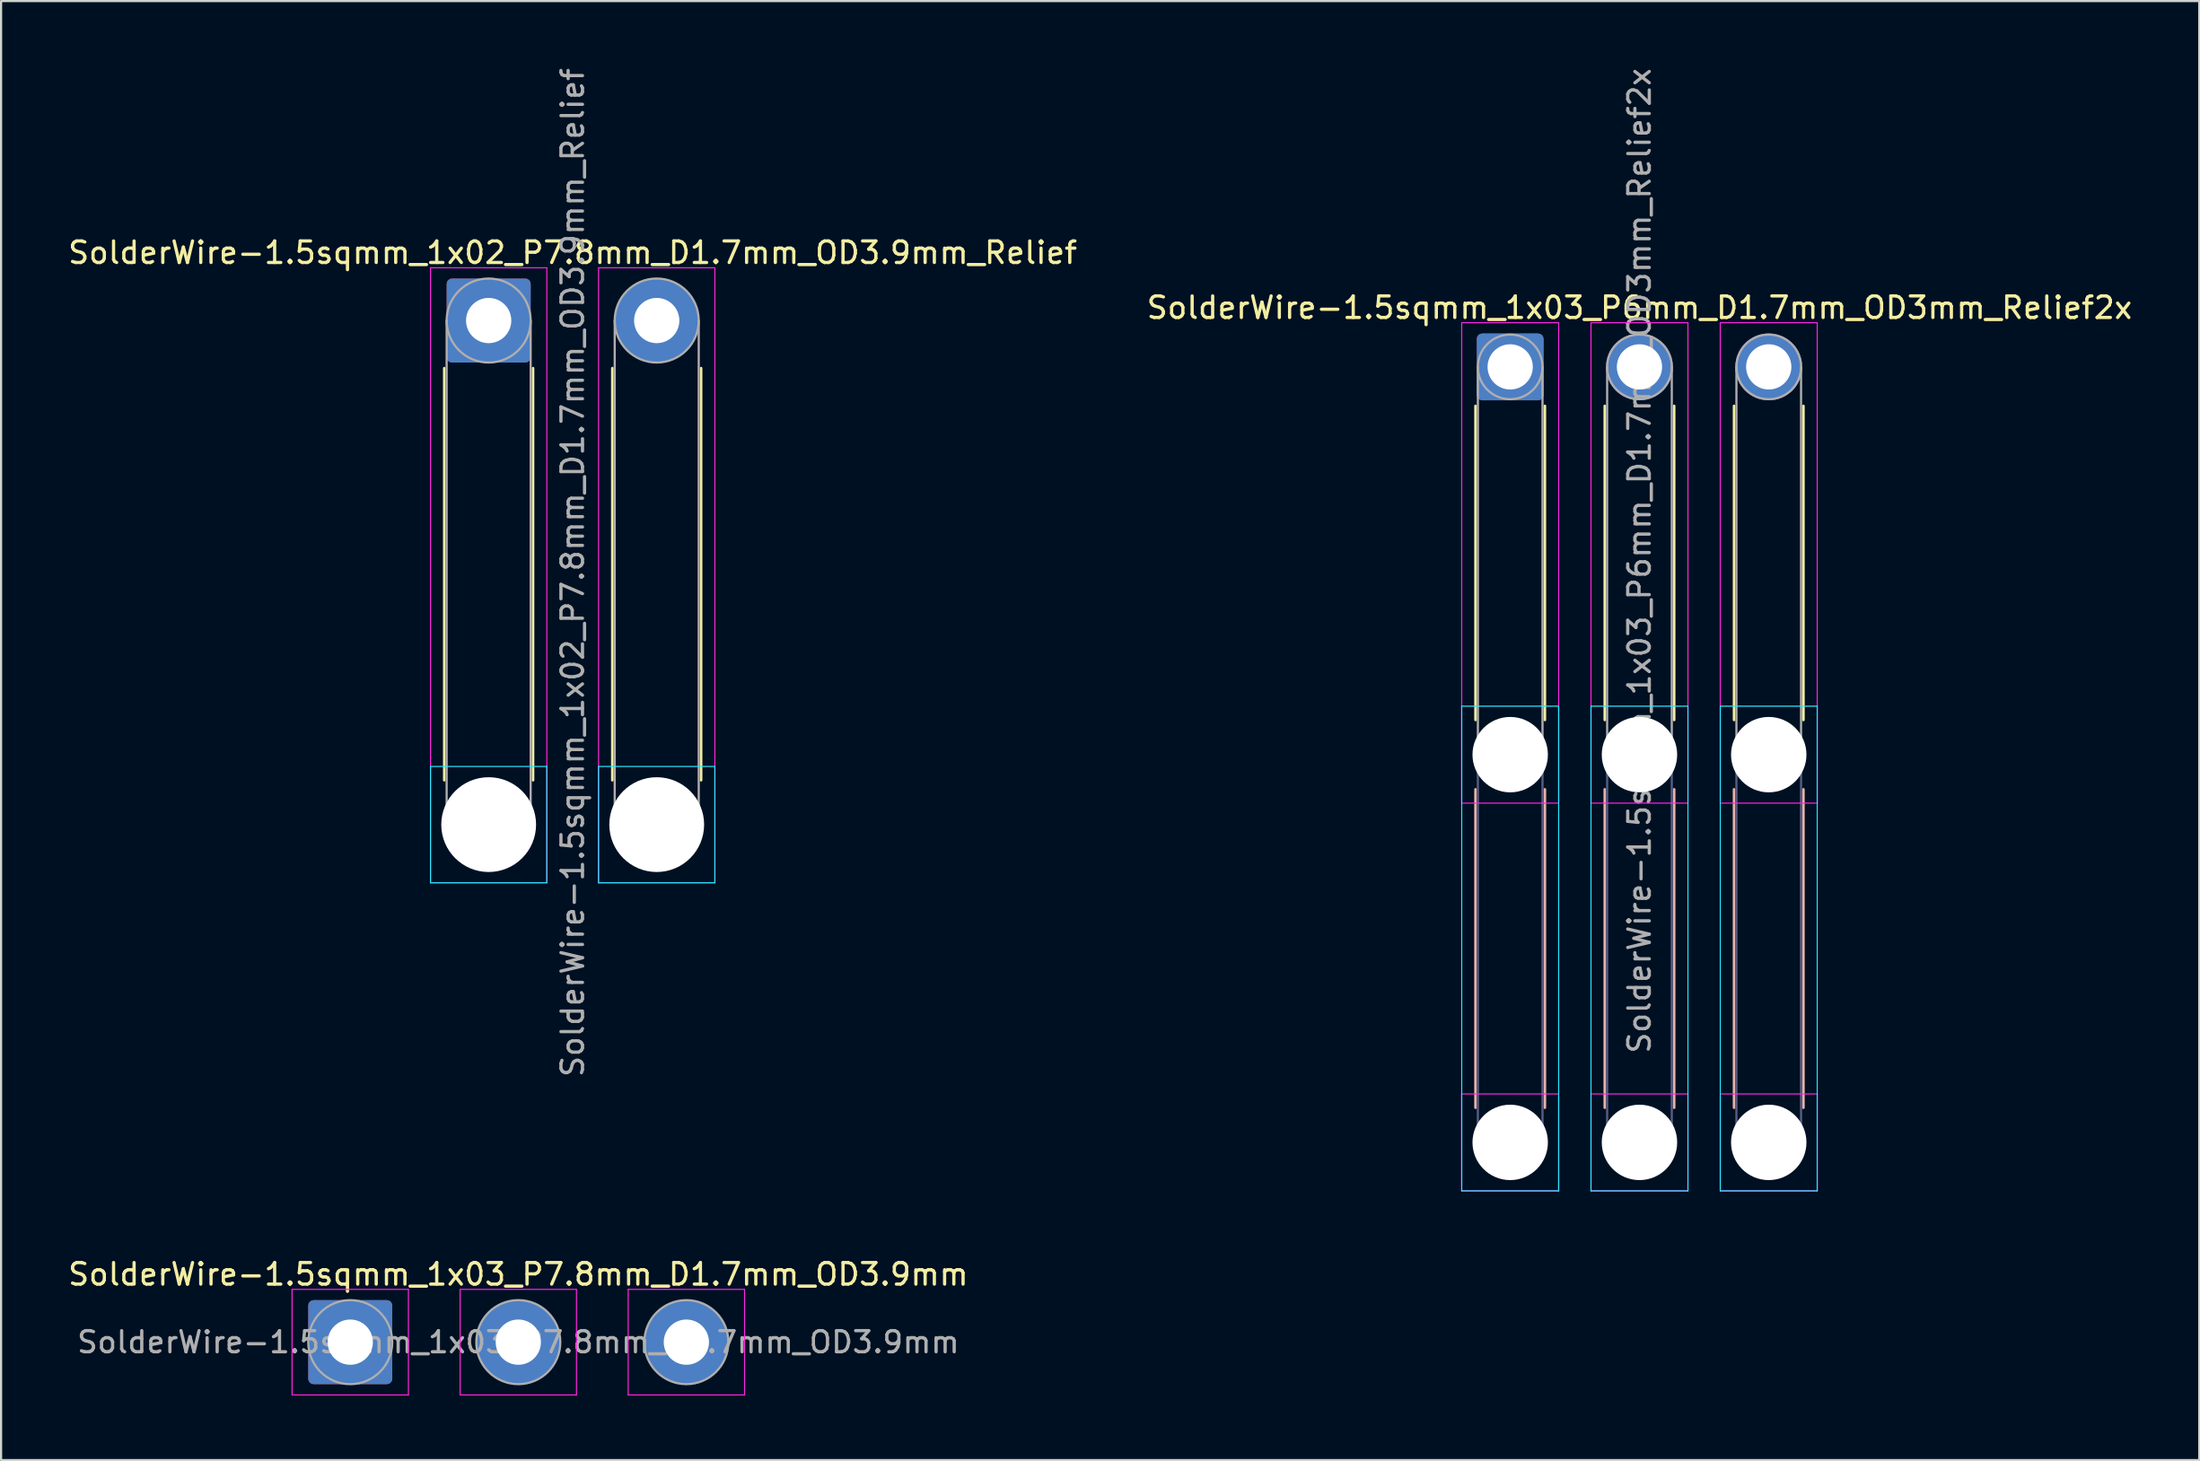
<source format=kicad_pcb>
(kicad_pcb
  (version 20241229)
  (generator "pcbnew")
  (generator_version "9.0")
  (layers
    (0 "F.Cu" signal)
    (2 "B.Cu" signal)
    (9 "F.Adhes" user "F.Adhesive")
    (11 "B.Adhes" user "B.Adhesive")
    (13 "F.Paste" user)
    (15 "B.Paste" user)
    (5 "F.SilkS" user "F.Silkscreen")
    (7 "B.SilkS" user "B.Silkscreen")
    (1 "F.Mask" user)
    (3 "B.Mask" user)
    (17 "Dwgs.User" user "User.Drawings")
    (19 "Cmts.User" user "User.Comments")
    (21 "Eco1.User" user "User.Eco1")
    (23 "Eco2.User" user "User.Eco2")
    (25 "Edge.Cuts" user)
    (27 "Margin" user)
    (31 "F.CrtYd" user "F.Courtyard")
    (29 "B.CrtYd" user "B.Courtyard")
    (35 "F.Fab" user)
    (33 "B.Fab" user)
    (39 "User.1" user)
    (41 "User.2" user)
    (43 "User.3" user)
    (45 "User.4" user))
  (footprint "SolderWire-1.5sqmm_1x03_P6mm_D1.7mm_OD3mm_Relief2x"
    (layer "F.Cu")
    (at 67.042 13.982)
    (property "Reference" "SolderWire-1.5sqmm_1x03_P6mm_D1.7mm_OD3mm_Relief2x" (at 6 -2.75 0) (layer "F.SilkS") (effects (font (size 1 1) (thickness 0.15))))
    (attr exclude_from_pos_files exclude_from_bom)
    (fp_line (start -1.61 1.81) (end -1.61 16.39) (stroke (width 0.12) (type solid)) (layer "F.SilkS"))
    (fp_line (start 1.61 1.81) (end 1.61 16.39) (stroke (width 0.12) (type solid)) (layer "F.SilkS"))
    (fp_line (start 4.39 1.81) (end 4.39 16.39) (stroke (width 0.12) (type solid)) (layer "F.SilkS"))
    (fp_line (start 7.61 1.81) (end 7.61 16.39) (stroke (width 0.12) (type solid)) (layer "F.SilkS"))
    (fp_line (start 10.39 1.81) (end 10.39 16.39) (stroke (width 0.12) (type solid)) (layer "F.SilkS"))
    (fp_line (start 13.61 1.81) (end 13.61 16.39) (stroke (width 0.12) (type solid)) (layer "F.SilkS"))
    (fp_line (start -1.61 19.61) (end -1.61 34.39) (stroke (width 0.12) (type solid)) (layer "B.SilkS"))
    (fp_line (start 1.61 19.61) (end 1.61 34.39) (stroke (width 0.12) (type solid)) (layer "B.SilkS"))
    (fp_line (start 4.39 19.61) (end 4.39 34.39) (stroke (width 0.12) (type solid)) (layer "B.SilkS"))
    (fp_line (start 7.61 19.61) (end 7.61 34.39) (stroke (width 0.12) (type solid)) (layer "B.SilkS"))
    (fp_line (start 10.39 19.61) (end 10.39 34.39) (stroke (width 0.12) (type solid)) (layer "B.SilkS"))
    (fp_line (start 13.61 19.61) (end 13.61 34.39) (stroke (width 0.12) (type solid)) (layer "B.SilkS"))
    (fp_line (start -2.25 15.75) (end -2.25 38.25) (stroke (width 0.05) (type solid)) (layer "B.CrtYd"))
    (fp_line (start -2.25 38.25) (end 2.25 38.25) (stroke (width 0.05) (type solid)) (layer "B.CrtYd"))
    (fp_line (start 2.25 15.75) (end -2.25 15.75) (stroke (width 0.05) (type solid)) (layer "B.CrtYd"))
    (fp_line (start 2.25 38.25) (end 2.25 15.75) (stroke (width 0.05) (type solid)) (layer "B.CrtYd"))
    (fp_line (start 3.75 15.75) (end 3.75 38.25) (stroke (width 0.05) (type solid)) (layer "B.CrtYd"))
    (fp_line (start 3.75 38.25) (end 8.25 38.25) (stroke (width 0.05) (type solid)) (layer "B.CrtYd"))
    (fp_line (start 8.25 15.75) (end 3.75 15.75) (stroke (width 0.05) (type solid)) (layer "B.CrtYd"))
    (fp_line (start 8.25 38.25) (end 8.25 15.75) (stroke (width 0.05) (type solid)) (layer "B.CrtYd"))
    (fp_line (start 9.75 15.75) (end 9.75 38.25) (stroke (width 0.05) (type solid)) (layer "B.CrtYd"))
    (fp_line (start 9.75 38.25) (end 14.25 38.25) (stroke (width 0.05) (type solid)) (layer "B.CrtYd"))
    (fp_line (start 14.25 15.75) (end 9.75 15.75) (stroke (width 0.05) (type solid)) (layer "B.CrtYd"))
    (fp_line (start 14.25 38.25) (end 14.25 15.75) (stroke (width 0.05) (type solid)) (layer "B.CrtYd"))
    (fp_line (start -2.25 -2.05) (end -2.25 20.25) (stroke (width 0.05) (type solid)) (layer "F.CrtYd"))
    (fp_line (start -2.25 20.25) (end 2.25 20.25) (stroke (width 0.05) (type solid)) (layer "F.CrtYd"))
    (fp_line (start -2.25 33.75) (end -2.25 38.25) (stroke (width 0.05) (type solid)) (layer "F.CrtYd"))
    (fp_line (start -2.25 38.25) (end 2.25 38.25) (stroke (width 0.05) (type solid)) (layer "F.CrtYd"))
    (fp_line (start 2.25 -2.05) (end -2.25 -2.05) (stroke (width 0.05) (type solid)) (layer "F.CrtYd"))
    (fp_line (start 2.25 20.25) (end 2.25 -2.05) (stroke (width 0.05) (type solid)) (layer "F.CrtYd"))
    (fp_line (start 2.25 33.75) (end -2.25 33.75) (stroke (width 0.05) (type solid)) (layer "F.CrtYd"))
    (fp_line (start 2.25 38.25) (end 2.25 33.75) (stroke (width 0.05) (type solid)) (layer "F.CrtYd"))
    (fp_line (start 3.75 -2.05) (end 3.75 20.25) (stroke (width 0.05) (type solid)) (layer "F.CrtYd"))
    (fp_line (start 3.75 20.25) (end 8.25 20.25) (stroke (width 0.05) (type solid)) (layer "F.CrtYd"))
    (fp_line (start 3.75 33.75) (end 3.75 38.25) (stroke (width 0.05) (type solid)) (layer "F.CrtYd"))
    (fp_line (start 3.75 38.25) (end 8.25 38.25) (stroke (width 0.05) (type solid)) (layer "F.CrtYd"))
    (fp_line (start 8.25 -2.05) (end 3.75 -2.05) (stroke (width 0.05) (type solid)) (layer "F.CrtYd"))
    (fp_line (start 8.25 20.25) (end 8.25 -2.05) (stroke (width 0.05) (type solid)) (layer "F.CrtYd"))
    (fp_line (start 8.25 33.75) (end 3.75 33.75) (stroke (width 0.05) (type solid)) (layer "F.CrtYd"))
    (fp_line (start 8.25 38.25) (end 8.25 33.75) (stroke (width 0.05) (type solid)) (layer "F.CrtYd"))
    (fp_line (start 9.75 -2.05) (end 9.75 20.25) (stroke (width 0.05) (type solid)) (layer "F.CrtYd"))
    (fp_line (start 9.75 20.25) (end 14.25 20.25) (stroke (width 0.05) (type solid)) (layer "F.CrtYd"))
    (fp_line (start 9.75 33.75) (end 9.75 38.25) (stroke (width 0.05) (type solid)) (layer "F.CrtYd"))
    (fp_line (start 9.75 38.25) (end 14.25 38.25) (stroke (width 0.05) (type solid)) (layer "F.CrtYd"))
    (fp_line (start 14.25 -2.05) (end 9.75 -2.05) (stroke (width 0.05) (type solid)) (layer "F.CrtYd"))
    (fp_line (start 14.25 20.25) (end 14.25 -2.05) (stroke (width 0.05) (type solid)) (layer "F.CrtYd"))
    (fp_line (start 14.25 33.75) (end 9.75 33.75) (stroke (width 0.05) (type solid)) (layer "F.CrtYd"))
    (fp_line (start 14.25 38.25) (end 14.25 33.75) (stroke (width 0.05) (type solid)) (layer "F.CrtYd"))
    (fp_line (start -1.5 18) (end -1.5 36) (stroke (width 0.1) (type solid)) (layer "B.Fab"))
    (fp_line (start 1.5 18) (end 1.5 36) (stroke (width 0.1) (type solid)) (layer "B.Fab"))
    (fp_line (start 4.5 18) (end 4.5 36) (stroke (width 0.1) (type solid)) (layer "B.Fab"))
    (fp_line (start 7.5 18) (end 7.5 36) (stroke (width 0.1) (type solid)) (layer "B.Fab"))
    (fp_line (start 10.5 18) (end 10.5 36) (stroke (width 0.1) (type solid)) (layer "B.Fab"))
    (fp_line (start 13.5 18) (end 13.5 36) (stroke (width 0.1) (type solid)) (layer "B.Fab"))
    (fp_circle (center 0 18) (end 1.5 18) (stroke (width 0.1) (type solid)) (fill no) (layer "B.Fab"))
    (fp_circle (center 0 36) (end 1.5 36) (stroke (width 0.1) (type solid)) (fill no) (layer "B.Fab"))
    (fp_circle (center 6 18) (end 7.5 18) (stroke (width 0.1) (type solid)) (fill no) (layer "B.Fab"))
    (fp_circle (center 6 36) (end 7.5 36) (stroke (width 0.1) (type solid)) (fill no) (layer "B.Fab"))
    (fp_circle (center 12 18) (end 13.5 18) (stroke (width 0.1) (type solid)) (fill no) (layer "B.Fab"))
    (fp_circle (center 12 36) (end 13.5 36) (stroke (width 0.1) (type solid)) (fill no) (layer "B.Fab"))
    (fp_line (start -1.5 0) (end -1.5 18) (stroke (width 0.1) (type solid)) (layer "F.Fab"))
    (fp_line (start 1.5 0) (end 1.5 18) (stroke (width 0.1) (type solid)) (layer "F.Fab"))
    (fp_line (start 4.5 0) (end 4.5 18) (stroke (width 0.1) (type solid)) (layer "F.Fab"))
    (fp_line (start 7.5 0) (end 7.5 18) (stroke (width 0.1) (type solid)) (layer "F.Fab"))
    (fp_line (start 10.5 0) (end 10.5 18) (stroke (width 0.1) (type solid)) (layer "F.Fab"))
    (fp_line (start 13.5 0) (end 13.5 18) (stroke (width 0.1) (type solid)) (layer "F.Fab"))
    (fp_circle (center 0 0) (end 1.5 0) (stroke (width 0.1) (type solid)) (fill no) (layer "F.Fab"))
    (fp_circle (center 0 18) (end 1.5 18) (stroke (width 0.1) (type solid)) (fill no) (layer "F.Fab"))
    (fp_circle (center 0 36) (end 1.5 36) (stroke (width 0.1) (type solid)) (fill no) (layer "F.Fab"))
    (fp_circle (center 6 0) (end 7.5 0) (stroke (width 0.1) (type solid)) (fill no) (layer "F.Fab"))
    (fp_circle (center 6 18) (end 7.5 18) (stroke (width 0.1) (type solid)) (fill no) (layer "F.Fab"))
    (fp_circle (center 6 36) (end 7.5 36) (stroke (width 0.1) (type solid)) (fill no) (layer "F.Fab"))
    (fp_circle (center 12 0) (end 13.5 0) (stroke (width 0.1) (type solid)) (fill no) (layer "F.Fab"))
    (fp_circle (center 12 18) (end 13.5 18) (stroke (width 0.1) (type solid)) (fill no) (layer "F.Fab"))
    (fp_circle (center 12 36) (end 13.5 36) (stroke (width 0.1) (type solid)) (fill no) (layer "F.Fab"))
    (fp_text user "${REFERENCE}" (at 6 9 90) (layer "F.Fab") (effects (font (size 1 1) (thickness 0.15))))
    (pad "" np_thru_hole circle (at 0 18) (size 3.5 3.5) (drill 3.5) (layers "*.Cu" "*.Mask"))
    (pad "" np_thru_hole circle (at 0 36) (size 3.5 3.5) (drill 3.5) (layers "*.Cu" "*.Mask"))
    (pad "" np_thru_hole circle (at 6 18) (size 3.5 3.5) (drill 3.5) (layers "*.Cu" "*.Mask"))
    (pad "" np_thru_hole circle (at 6 36) (size 3.5 3.5) (drill 3.5) (layers "*.Cu" "*.Mask"))
    (pad "" np_thru_hole circle (at 12 18) (size 3.5 3.5) (drill 3.5) (layers "*.Cu" "*.Mask"))
    (pad "" np_thru_hole circle (at 12 36) (size 3.5 3.5) (drill 3.5) (layers "*.Cu" "*.Mask"))
    (pad "1" thru_hole roundrect (at 0 0) (size 3.1 3.1) (drill 2.1) (layers "*.Cu" "*.Mask") (roundrect_rratio 0.081))
    (pad "2" thru_hole circle (at 6 0) (size 3.1 3.1) (drill 2.1) (layers "*.Cu" "*.Mask"))
    (pad "3" thru_hole circle (at 12 0) (size 3.1 3.1) (drill 2.1) (layers "*.Cu" "*.Mask")))
  (footprint "SolderWire-1.5sqmm_1x03_P7.8mm_D1.7mm_OD3.9mm"
    (layer "F.Cu")
    (at 13.206 59.255)
    (property "Reference" "SolderWire-1.5sqmm_1x03_P7.8mm_D1.7mm_OD3.9mm" (at 7.8 -3.15 0) (layer "F.SilkS") (effects (font (size 1 1) (thickness 0.15))))
    (attr exclude_from_pos_files exclude_from_bom)
    (fp_line (start -2.7 -2.45) (end -2.7 2.45) (stroke (width 0.05) (type solid)) (layer "F.CrtYd"))
    (fp_line (start -2.7 2.45) (end 2.7 2.45) (stroke (width 0.05) (type solid)) (layer "F.CrtYd"))
    (fp_line (start 2.7 -2.45) (end -2.7 -2.45) (stroke (width 0.05) (type solid)) (layer "F.CrtYd"))
    (fp_line (start 2.7 2.45) (end 2.7 -2.45) (stroke (width 0.05) (type solid)) (layer "F.CrtYd"))
    (fp_line (start 5.1 -2.45) (end 5.1 2.45) (stroke (width 0.05) (type solid)) (layer "F.CrtYd"))
    (fp_line (start 5.1 2.45) (end 10.5 2.45) (stroke (width 0.05) (type solid)) (layer "F.CrtYd"))
    (fp_line (start 10.5 -2.45) (end 5.1 -2.45) (stroke (width 0.05) (type solid)) (layer "F.CrtYd"))
    (fp_line (start 10.5 2.45) (end 10.5 -2.45) (stroke (width 0.05) (type solid)) (layer "F.CrtYd"))
    (fp_line (start 12.9 -2.45) (end 12.9 2.45) (stroke (width 0.05) (type solid)) (layer "F.CrtYd"))
    (fp_line (start 12.9 2.45) (end 18.3 2.45) (stroke (width 0.05) (type solid)) (layer "F.CrtYd"))
    (fp_line (start 18.3 -2.45) (end 12.9 -2.45) (stroke (width 0.05) (type solid)) (layer "F.CrtYd"))
    (fp_line (start 18.3 2.45) (end 18.3 -2.45) (stroke (width 0.05) (type solid)) (layer "F.CrtYd"))
    (fp_circle (center 0 0) (end 1.95 0) (stroke (width 0.1) (type solid)) (fill no) (layer "F.Fab"))
    (fp_circle (center 7.8 0) (end 9.75 0) (stroke (width 0.1) (type solid)) (fill no) (layer "F.Fab"))
    (fp_circle (center 15.6 0) (end 17.55 0) (stroke (width 0.1) (type solid)) (fill no) (layer "F.Fab"))
    (fp_text user "${REFERENCE}" (at 7.8 0 0) (layer "F.Fab") (effects (font (size 0.98 0.98) (thickness 0.15))))
    (pad "1" thru_hole roundrect (at 0 0) (size 3.9 3.9) (drill 2.1) (layers "*.Cu" "*.Mask") (roundrect_rratio 0.064))
    (pad "2" thru_hole circle (at 7.8 0) (size 3.9 3.9) (drill 2.1) (layers "*.Cu" "*.Mask"))
    (pad "3" thru_hole circle (at 15.6 0) (size 3.9 3.9) (drill 2.1) (layers "*.Cu" "*.Mask")))
  (footprint "SolderWire-1.5sqmm_1x02_P7.8mm_D1.7mm_OD3.9mm_Relief"
    (layer "F.Cu")
    (at 19.63 11.83)
    (property "Reference" "SolderWire-1.5sqmm_1x02_P7.8mm_D1.7mm_OD3.9mm_Relief" (at 3.9 -3.15 0) (layer "F.SilkS") (effects (font (size 1 1) (thickness 0.15))))
    (attr exclude_from_pos_files exclude_from_bom)
    (fp_line (start -2.06 2.21) (end -2.06 21.34) (stroke (width 0.12) (type solid)) (layer "F.SilkS"))
    (fp_line (start 2.06 2.21) (end 2.06 21.34) (stroke (width 0.12) (type solid)) (layer "F.SilkS"))
    (fp_line (start 5.74 2.21) (end 5.74 21.34) (stroke (width 0.12) (type solid)) (layer "F.SilkS"))
    (fp_line (start 9.86 2.21) (end 9.86 21.34) (stroke (width 0.12) (type solid)) (layer "F.SilkS"))
    (fp_line (start -2.7 20.7) (end -2.7 26.1) (stroke (width 0.05) (type solid)) (layer "B.CrtYd"))
    (fp_line (start -2.7 26.1) (end 2.7 26.1) (stroke (width 0.05) (type solid)) (layer "B.CrtYd"))
    (fp_line (start 2.7 20.7) (end -2.7 20.7) (stroke (width 0.05) (type solid)) (layer "B.CrtYd"))
    (fp_line (start 2.7 26.1) (end 2.7 20.7) (stroke (width 0.05) (type solid)) (layer "B.CrtYd"))
    (fp_line (start 5.1 20.7) (end 5.1 26.1) (stroke (width 0.05) (type solid)) (layer "B.CrtYd"))
    (fp_line (start 5.1 26.1) (end 10.5 26.1) (stroke (width 0.05) (type solid)) (layer "B.CrtYd"))
    (fp_line (start 10.5 20.7) (end 5.1 20.7) (stroke (width 0.05) (type solid)) (layer "B.CrtYd"))
    (fp_line (start 10.5 26.1) (end 10.5 20.7) (stroke (width 0.05) (type solid)) (layer "B.CrtYd"))
    (fp_line (start -2.7 -2.45) (end -2.7 26.1) (stroke (width 0.05) (type solid)) (layer "F.CrtYd"))
    (fp_line (start -2.7 26.1) (end 2.7 26.1) (stroke (width 0.05) (type solid)) (layer "F.CrtYd"))
    (fp_line (start 2.7 -2.45) (end -2.7 -2.45) (stroke (width 0.05) (type solid)) (layer "F.CrtYd"))
    (fp_line (start 2.7 26.1) (end 2.7 -2.45) (stroke (width 0.05) (type solid)) (layer "F.CrtYd"))
    (fp_line (start 5.1 -2.45) (end 5.1 26.1) (stroke (width 0.05) (type solid)) (layer "F.CrtYd"))
    (fp_line (start 5.1 26.1) (end 10.5 26.1) (stroke (width 0.05) (type solid)) (layer "F.CrtYd"))
    (fp_line (start 10.5 -2.45) (end 5.1 -2.45) (stroke (width 0.05) (type solid)) (layer "F.CrtYd"))
    (fp_line (start 10.5 26.1) (end 10.5 -2.45) (stroke (width 0.05) (type solid)) (layer "F.CrtYd"))
    (fp_line (start -1.95 0) (end -1.95 23.4) (stroke (width 0.1) (type solid)) (layer "F.Fab"))
    (fp_line (start 1.95 0) (end 1.95 23.4) (stroke (width 0.1) (type solid)) (layer "F.Fab"))
    (fp_line (start 5.85 0) (end 5.85 23.4) (stroke (width 0.1) (type solid)) (layer "F.Fab"))
    (fp_line (start 9.75 0) (end 9.75 23.4) (stroke (width 0.1) (type solid)) (layer "F.Fab"))
    (fp_circle (center 0 0) (end 1.95 0) (stroke (width 0.1) (type solid)) (fill no) (layer "F.Fab"))
    (fp_circle (center 0 23.4) (end 1.95 23.4) (stroke (width 0.1) (type solid)) (fill no) (layer "F.Fab"))
    (fp_circle (center 7.8 0) (end 9.75 0) (stroke (width 0.1) (type solid)) (fill no) (layer "F.Fab"))
    (fp_circle (center 7.8 23.4) (end 9.75 23.4) (stroke (width 0.1) (type solid)) (fill no) (layer "F.Fab"))
    (fp_text user "${REFERENCE}" (at 3.9 11.7 90) (layer "F.Fab") (effects (font (size 1 1) (thickness 0.15))))
    (pad "" np_thru_hole circle (at 0 23.4) (size 4.4 4.4) (drill 4.4) (layers "*.Cu" "*.Mask"))
    (pad "" np_thru_hole circle (at 7.8 23.4) (size 4.4 4.4) (drill 4.4) (layers "*.Cu" "*.Mask"))
    (pad "1" thru_hole roundrect (at 0 0) (size 3.9 3.9) (drill 2.1) (layers "*.Cu" "*.Mask") (roundrect_rratio 0.064))
    (pad "2" thru_hole circle (at 7.8 0) (size 3.9 3.9) (drill 2.1) (layers "*.Cu" "*.Mask")))
  (gr_rect
    (start -3 -3)
    (end 99.024 64.73)
    (stroke (width 0.1) (type default))
    (fill no)
    (layer "Edge.Cuts")))
</source>
